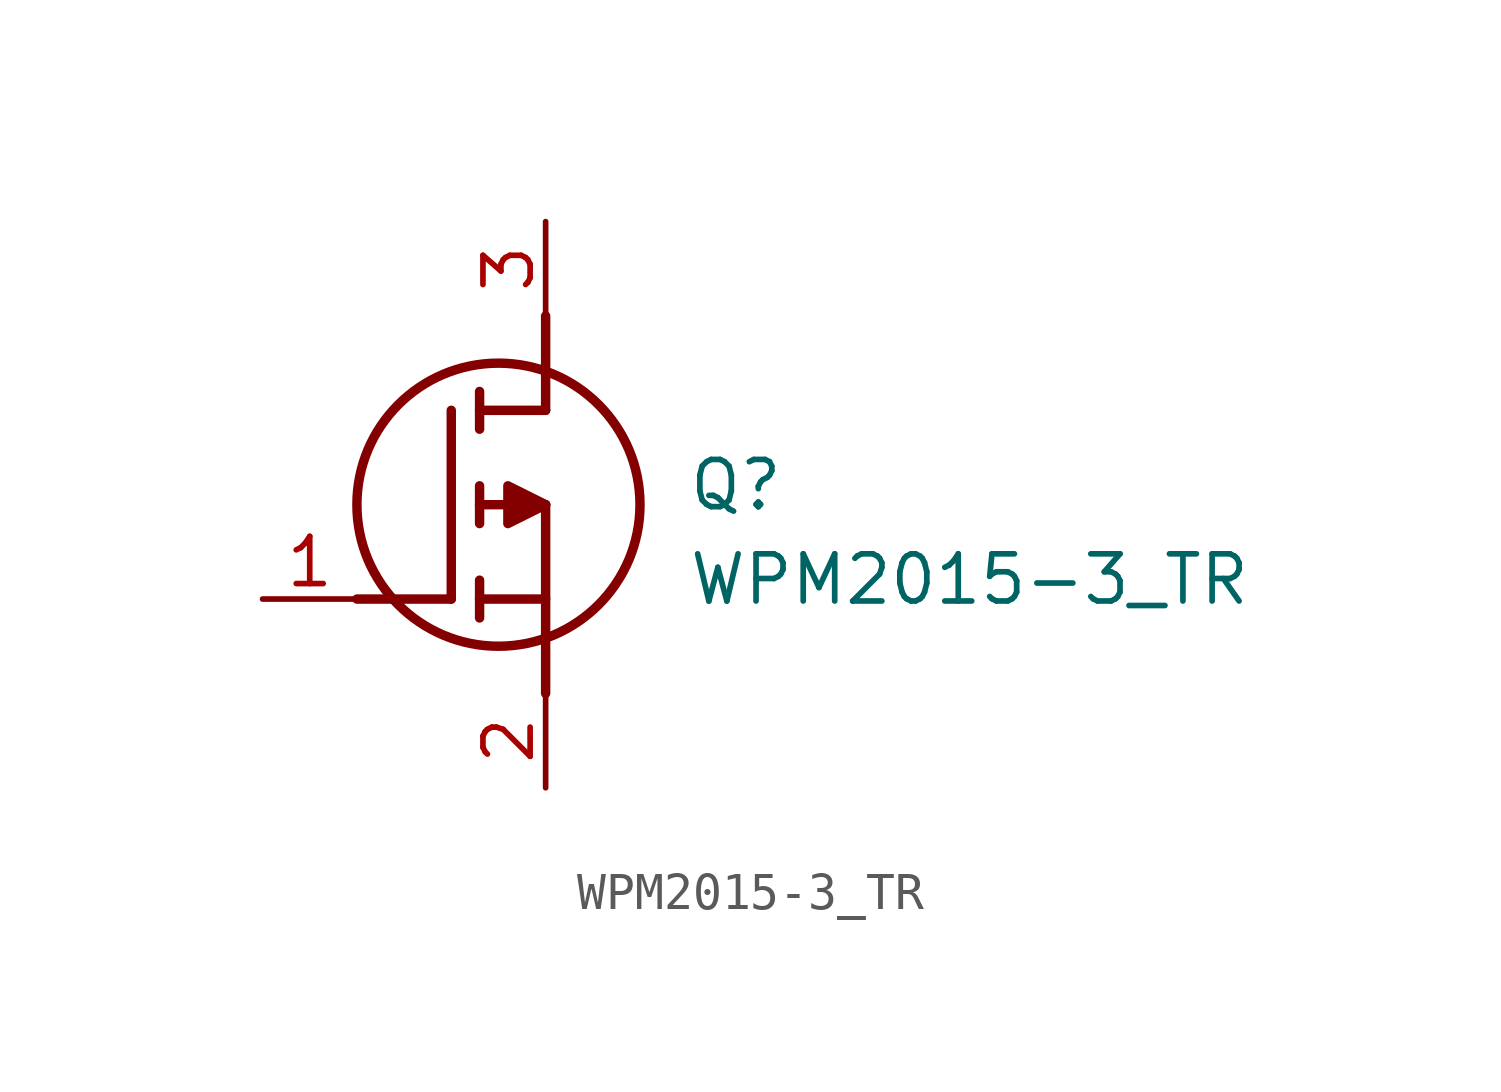
<source format=kicad_sym>
(kicad_symbol_lib
  (version 20211014)
  (generator SamacSys_ECAD_Model)
  (symbol "WPM2015-3_TR"
    (pin_names hide)
    (property "Reference" "Q"
      (at 11.43 3.81 0)
      (effects (font (size 1.27 1.27)) (justify left top)))
    (property "Value" "WPM2015-3_TR"
      (at 11.43 1.27 0)
      (effects (font (size 1.27 1.27)) (justify left top)))
    (polyline
      (pts (xy 7.62 2.54) (xy 7.62 -2.54))
      (stroke (width 0.254) (type default))
      (fill (type none)))
    (polyline
      (pts (xy 7.62 5.08) (xy 7.62 7.62))
      (stroke (width 0.254) (type default))
      (fill (type none)))
    (polyline
      (pts (xy 2.54 0) (xy 5.08 0))
      (stroke (width 0.254) (type default))
      (fill (type none)))
    (polyline
      (pts (xy 5.08 5.08) (xy 5.08 0))
      (stroke (width 0.254) (type default))
      (fill (type none)))
    (polyline
      (pts (xy 7.62 2.54) (xy 5.842 2.54))
      (stroke (width 0.254) (type default))
      (fill (type none)))
    (polyline
      (pts (xy 7.62 5.08) (xy 5.842 5.08))
      (stroke (width 0.254) (type default))
      (fill (type none)))
    (polyline
      (pts (xy 5.842 0) (xy 7.62 0))
      (stroke (width 0.254) (type default))
      (fill (type none)))
    (polyline
      (pts (xy 5.842 5.588) (xy 5.842 4.572))
      (stroke (width 0.254) (type default))
      (fill (type none)))
    (polyline
      (pts (xy 5.842 -0.508) (xy 5.842 0.508))
      (stroke (width 0.254) (type default))
      (fill (type none)))
    (polyline
      (pts (xy 5.842 2.032) (xy 5.842 3.048))
      (stroke (width 0.254) (type default))
      (fill (type none)))
    (circle
      (center 6.35 2.54)
      (radius 3.81)
      (stroke (width 0.254) (type default))
      (fill (type none)))
    (polyline
      (pts (xy 7.62 2.54) (xy 6.604 3.048) (xy 6.604 2.032) (xy 7.62 2.54))
      (stroke (width 0.254) (type default))
      (fill (type outline)))
    (pin passive line
      (at 0 0 0)
      (length 2.54)
      (name "G" (effects (font (size 1.27 1.27))))
      (number "1" (effects (font (size 1.27 1.27)))))
    (pin passive line
      (at 7.62 10.16 270)
      (length 2.54)
      (name "D" (effects (font (size 1.27 1.27))))
      (number "3" (effects (font (size 1.27 1.27)))))
    (pin passive line
      (at 7.62 -5.08 90)
      (length 2.54)
      (name "S" (effects (font (size 1.27 1.27))))
      (number "2" (effects (font (size 1.27 1.27)))))))
</source>
